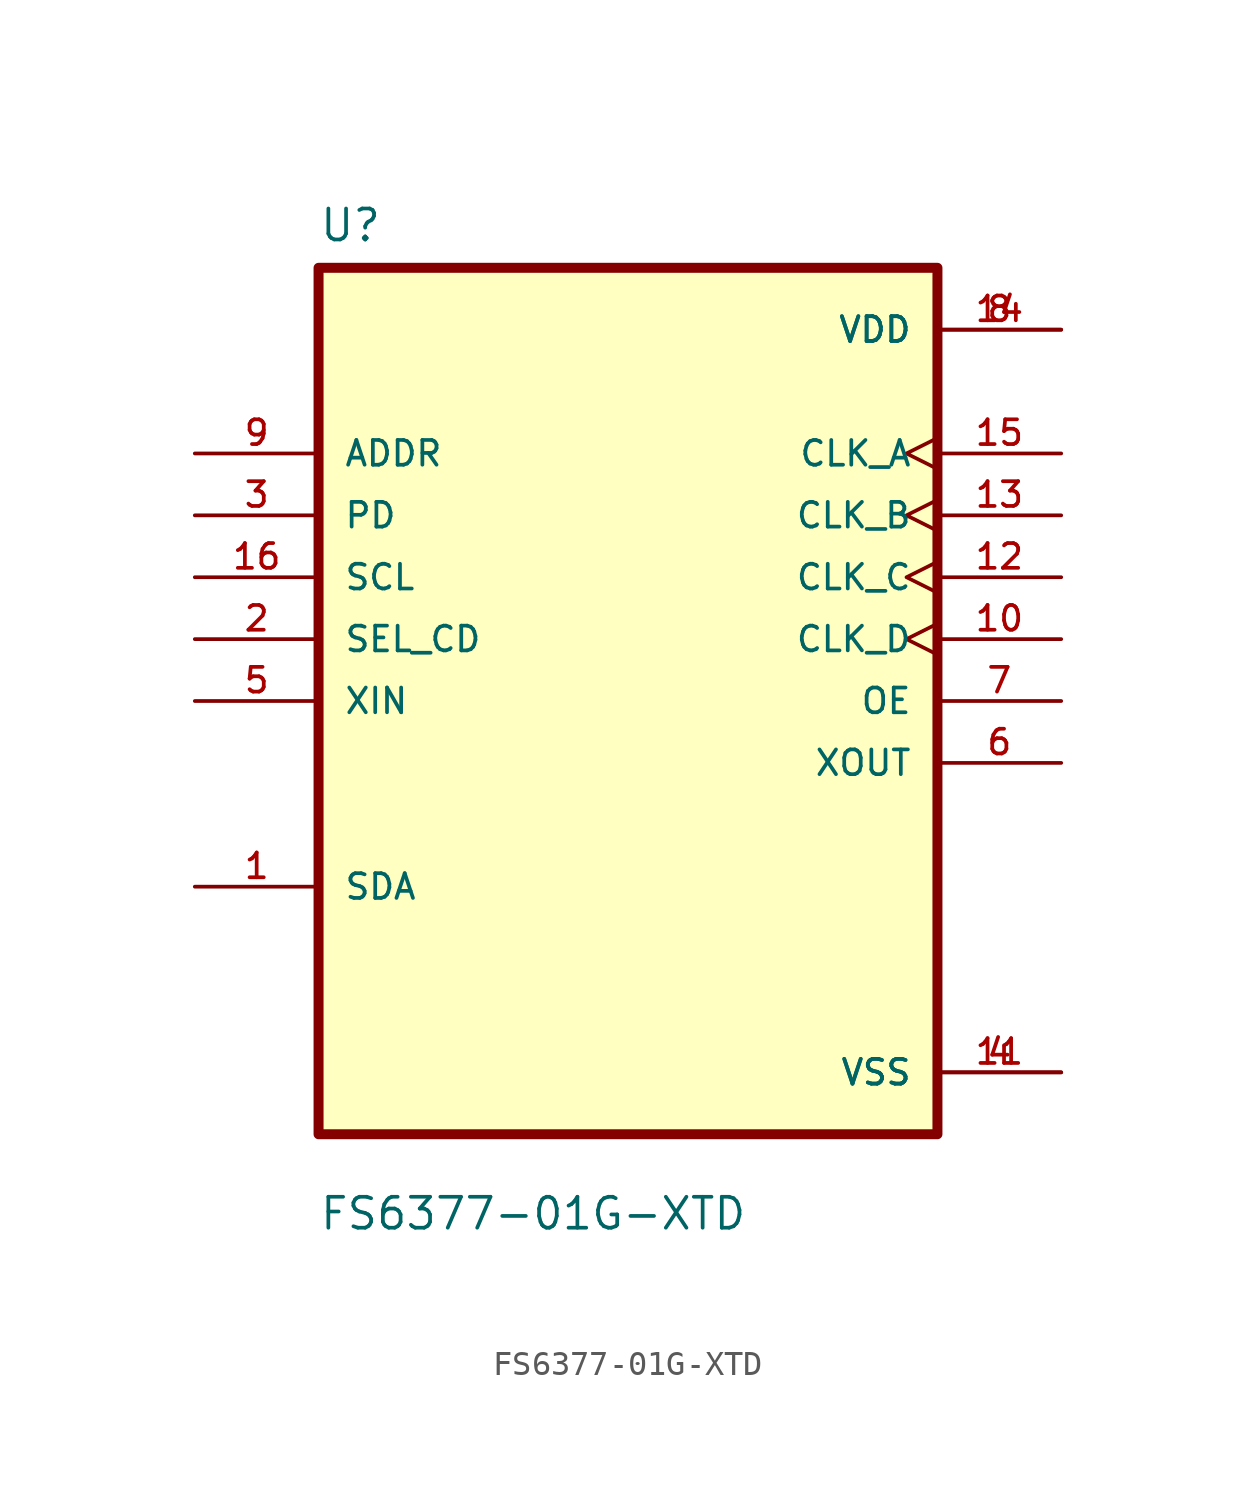
<source format=kicad_sym>
(kicad_symbol_lib
  (version 20211014)
  (generator kicad_symbol_editor)
  (symbol "FS6377-01G-XTD"
    (pin_names
      (offset 1.016))
    (property "Reference" "U"
      (at -12.7 18.78 0.0)
      (effects (font (size 1.27 1.27)) (justify bottom left)))
    (property "Value" "FS6377-01G-XTD"
      (at -12.7 -21.78 0.0)
      (effects (font (size 1.27 1.27)) (justify bottom left)))
    (symbol "FS6377-01G-XTD_0_0"
      (rectangle (start -12.7 -17.78) (end 12.7 17.78) (stroke (width 0.41)) (fill (type background)))
      (pin input line (at -17.78 10.16 0) (length 5.08) (name "ADDR" (effects (font (size 1.016 1.016)))) (number "9" (effects (font (size 1.016 1.016)))))
      (pin input line (at -17.78 7.62 0) (length 5.08) (name "PD" (effects (font (size 1.016 1.016)))) (number "3" (effects (font (size 1.016 1.016)))))
      (pin input line (at -17.78 5.08 0) (length 5.08) (name "SCL" (effects (font (size 1.016 1.016)))) (number "16" (effects (font (size 1.016 1.016)))))
      (pin input line (at -17.78 2.54 0) (length 5.08) (name "SEL_CD" (effects (font (size 1.016 1.016)))) (number "2" (effects (font (size 1.016 1.016)))))
      (pin input line (at -17.78 0.0 0) (length 5.08) (name "XIN" (effects (font (size 1.016 1.016)))) (number "5" (effects (font (size 1.016 1.016)))))
      (pin bidirectional line (at -17.78 -7.62 0) (length 5.08) (name "SDA" (effects (font (size 1.016 1.016)))) (number "1" (effects (font (size 1.016 1.016)))))
      (pin power_in line (at 17.78 15.24 180.0) (length 5.08) (name "VDD" (effects (font (size 1.016 1.016)))) (number "8" (effects (font (size 1.016 1.016)))))
      (pin power_in line (at 17.78 15.24 180.0) (length 5.08) (name "VDD" (effects (font (size 1.016 1.016)))) (number "14" (effects (font (size 1.016 1.016)))))
      (pin output clock (at 17.78 10.16 180.0) (length 5.08) (name "CLK_A" (effects (font (size 1.016 1.016)))) (number "15" (effects (font (size 1.016 1.016)))))
      (pin output clock (at 17.78 7.62 180.0) (length 5.08) (name "CLK_B" (effects (font (size 1.016 1.016)))) (number "13" (effects (font (size 1.016 1.016)))))
      (pin output clock (at 17.78 5.08 180.0) (length 5.08) (name "CLK_C" (effects (font (size 1.016 1.016)))) (number "12" (effects (font (size 1.016 1.016)))))
      (pin output clock (at 17.78 2.54 180.0) (length 5.08) (name "CLK_D" (effects (font (size 1.016 1.016)))) (number "10" (effects (font (size 1.016 1.016)))))
      (pin output line (at 17.78 1.77636e-15 180.0) (length 5.08) (name "OE" (effects (font (size 1.016 1.016)))) (number "7" (effects (font (size 1.016 1.016)))))
      (pin output line (at 17.78 -2.54 180.0) (length 5.08) (name "XOUT" (effects (font (size 1.016 1.016)))) (number "6" (effects (font (size 1.016 1.016)))))
      (pin power_in line (at 17.78 -15.24 180.0) (length 5.08) (name "VSS" (effects (font (size 1.016 1.016)))) (number "4" (effects (font (size 1.016 1.016)))))
      (pin power_in line (at 17.78 -15.24 180.0) (length 5.08) (name "VSS" (effects (font (size 1.016 1.016)))) (number "11" (effects (font (size 1.016 1.016))))))))
</source>
